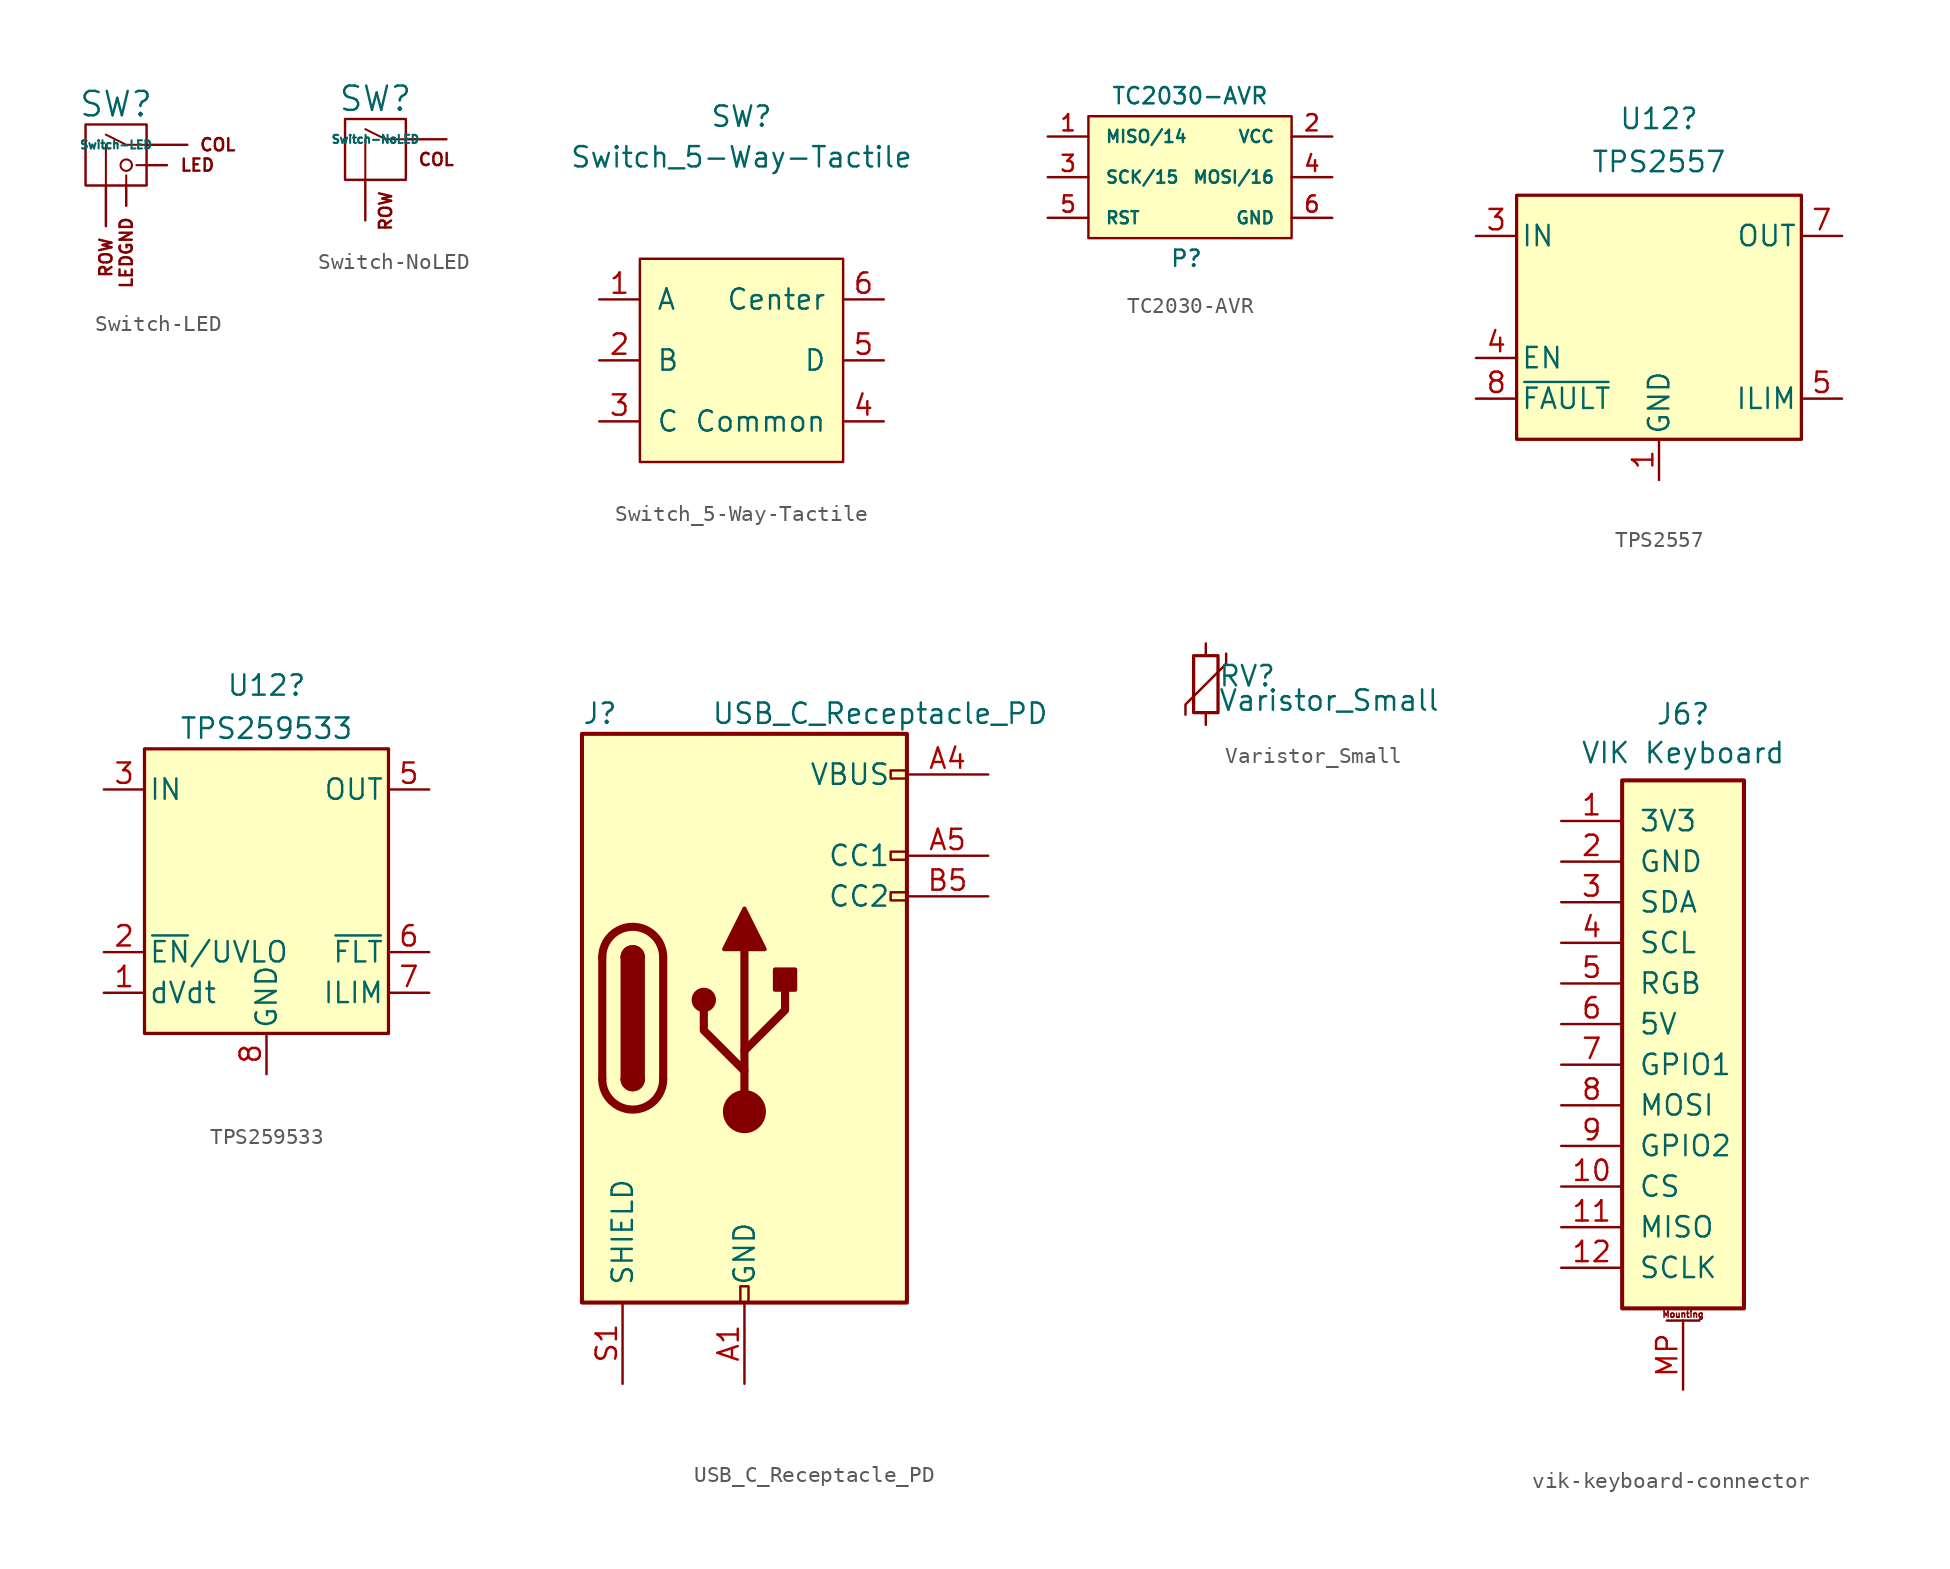
<source format=kicad_sym>
(kicad_symbol_lib
  (version 20220914)
  (generator kicad_symbol_editor)
  (symbol "Switch-LED"
    (pin_names
      (offset 1.016))
    (property "Reference" "SW"
      (at -0.635 3.81 0)
      (effects (font (size 1.524 1.524))))
    (property "Value" "Switch-LED"
      (at -0.635 1.27 0)
      (effects (font (size 0.508 0.508))))
    (symbol "Switch-LED_0_0"
      (rectangle (start -2.54 2.54) (end 1.27 -1.27) (stroke (width 0) (type default)) (fill (type none)))
      (polyline (pts (xy -1.27 -1.27) (xy -1.27 1.27)) (stroke (width 0.127) (type default)) (fill (type none)))
      (polyline (pts (xy 0 -1.27) (xy 0 -0.635)) (stroke (width 0.127) (type default)) (fill (type none)))
      (polyline (pts (xy 1.27 0) (xy 0.635 0)) (stroke (width 0.127) (type default)) (fill (type none)))
      (polyline (pts (xy 1.27 1.27) (xy 0 1.27) (xy -1.27 1.905)) (stroke (width 0.127) (type default)) (fill (type none)))
      (circle (center 0 0) (radius 0.356) (stroke (width 0.127) (type default)) (fill (type none)))
      (text "COL" (at 5.715 1.27 0) (effects (font (size 0.762 0.762))))
      (text "LED" (at 4.445 0 0) (effects (font (size 0.762 0.762))))
      (text "ROW" (at -1.27 -4.445 900) (effects (font (size 0.762 0.762)) (justify right))))
    (symbol "Switch-LED_1_0"
      (text "LEDGND" (at 0 -3.175 900) (effects (font (size 0.762 0.762)) (justify right))))
    (symbol "Switch-LED_1_1"
      (pin passive line (at 3.81 1.27 180) (length 2.54) (name "COL" (effects (font (size 0 0)))) (number "1" (effects (font (size 0 0)))))
      (pin passive line (at -1.27 -3.81 90) (length 2.54) (name "ROW" (effects (font (size 0 0)))) (number "2" (effects (font (size 0 0)))))
      (pin input line (at 2.54 0 180) (length 1.27) (name "LED" (effects (font (size 0 0)))) (number "3" (effects (font (size 0 0)))))
      (pin passive line (at 0 -2.54 90) (length 1.27) (name "LEDGND" (effects (font (size 0 0)))) (number "4" (effects (font (size 0 0)))))))
  (symbol "Switch-NoLED"
    (pin_names
      (offset 1.016))
    (property "Reference" "SW"
      (at -0.635 3.81 0)
      (effects (font (size 1.524 1.524))))
    (property "Value" "Switch-NoLED"
      (at -0.635 1.27 0)
      (effects (font (size 0.508 0.508))))
    (symbol "Switch-NoLED_0_0"
      (rectangle (start -2.54 2.54) (end 1.27 -1.27) (stroke (width 0) (type default)) (fill (type none)))
      (polyline (pts (xy -1.27 -1.27) (xy -1.27 1.27)) (stroke (width 0.127) (type default)) (fill (type none)))
      (polyline (pts (xy 1.27 1.27) (xy 0 1.27) (xy -1.27 1.905)) (stroke (width 0.127) (type default)) (fill (type none)))
      (text "COL" (at 3.175 0 0) (effects (font (size 0.762 0.762))))
      (text "ROW" (at 0 -1.905 900) (effects (font (size 0.762 0.762)) (justify right))))
    (symbol "Switch-NoLED_1_1"
      (pin passive line (at 3.81 1.27 180) (length 2.54) (name "COL" (effects (font (size 0 0)))) (number "1" (effects (font (size 0 0)))))
      (pin passive line (at -1.27 -3.81 90) (length 2.54) (name "ROW" (effects (font (size 0 0)))) (number "2" (effects (font (size 0 0)))))))
  (symbol "Switch_5-Way-Tactile"
    (pin_names
      (offset 1.016))
    (property "Reference" "SW"
      (at 0 15.24 0)
      (effects (font (size 1.27 1.27))))
    (property "Value" "Switch_5-Way-Tactile"
      (at 0 12.7 0)
      (effects (font (size 1.27 1.27))))
    (symbol "Switch_5-Way-Tactile_0_1"
      (rectangle (start -6.35 -6.35) (end 6.35 6.35) (stroke (width 0) (type default)) (fill (type background))))
    (symbol "Switch_5-Way-Tactile_1_1"
      (pin output line (at -8.89 3.81 0) (length 2.54) (name "A" (effects (font (size 1.27 1.27)))) (number "1" (effects (font (size 1.27 1.27)))))
      (pin output line (at -8.89 0 0) (length 2.54) (name "B" (effects (font (size 1.27 1.27)))) (number "2" (effects (font (size 1.27 1.27)))))
      (pin output line (at -8.89 -3.81 0) (length 2.54) (name "C" (effects (font (size 1.27 1.27)))) (number "3" (effects (font (size 1.27 1.27)))))
      (pin output line (at 8.89 -3.81 180) (length 2.54) (name "Common" (effects (font (size 1.27 1.27)))) (number "4" (effects (font (size 1.27 1.27)))))
      (pin input line (at 8.89 0 180) (length 2.54) (name "D" (effects (font (size 1.27 1.27)))) (number "5" (effects (font (size 1.27 1.27)))))
      (pin output line (at 8.89 3.81 180) (length 2.54) (name "Center" (effects (font (size 1.27 1.27)))) (number "6" (effects (font (size 1.27 1.27)))))))
  (symbol "TC2030-AVR"
    (pin_names
      (offset 1.016))
    (property "Reference" "P"
      (at -1.27 -5.08 0)
      (effects (font (size 1.016 1.016)) (justify left)))
    (property "Value" "TC2030-AVR"
      (at 0 5.08 0)
      (effects (font (size 1.016 1.016))))
    (symbol "TC2030-AVR_0_1"
      (rectangle (start -6.35 3.81) (end 6.35 -3.81) (stroke (width 0) (type default)) (fill (type background))))
    (symbol "TC2030-AVR_1_1"
      (pin passive line (at -8.89 2.54 0) (length 2.54) (name "MISO/14" (effects (font (size 0.762 0.762)))) (number "1" (effects (font (size 1.016 1.016)))))
      (pin passive line (at 8.89 2.54 180) (length 2.54) (name "VCC" (effects (font (size 0.762 0.762)))) (number "2" (effects (font (size 1.016 1.016)))))
      (pin passive line (at -8.89 0 0) (length 2.54) (name "SCK/15" (effects (font (size 0.762 0.762)))) (number "3" (effects (font (size 1.016 1.016)))))
      (pin passive line (at 8.89 0 180) (length 2.54) (name "MOSI/16" (effects (font (size 0.762 0.762)))) (number "4" (effects (font (size 1.016 1.016)))))
      (pin passive line (at -8.89 -2.54 0) (length 2.54) (name "RST" (effects (font (size 0.762 0.762)))) (number "5" (effects (font (size 1.016 1.016)))))
      (pin passive line (at 8.89 -2.54 180) (length 2.54) (name "GND" (effects (font (size 0.762 0.762)))) (number "6" (effects (font (size 1.016 1.016)))))))
  (symbol "TPS2557"
    (pin_names
      (offset 0.254))
    (property "Reference" "U12"
      (at 0 12.395 0)
      (effects (font (size 1.27 1.27))))
    (property "Value" "TPS2557"
      (at 0 9.703 0)
      (effects (font (size 1.27 1.27))))
    (property "Datasheet" ""
      (at 0 0 0)
      (effects (font (size 1.524 1.524))))
    (symbol "TPS2557_1_1"
      (rectangle (start -8.89 -7.62) (end 8.89 7.62) (stroke (width 0.203) (type solid)) (fill (type background)))
      (pin power_in line (at 0 -10.16 90) (length 2.54) (name "GND" (effects (font (size 1.27 1.27)))) (number "1" (effects (font (size 1.27 1.27)))))
      (pin power_in line (at -11.43 5.08 0) (length 2.54) hide (name "IN" (effects (font (size 1.27 1.27)))) (number "2" (effects (font (size 1.27 1.27)))))
      (pin power_in line (at -11.43 5.08 0) (length 2.54) (name "IN" (effects (font (size 1.27 1.27)))) (number "3" (effects (font (size 1.27 1.27)))))
      (pin input line (at -11.43 -2.54 0) (length 2.54) (name "EN" (effects (font (size 1.27 1.27)))) (number "4" (effects (font (size 1.27 1.27)))))
      (pin input line (at 11.43 -5.08 180) (length 2.54) (name "ILIM" (effects (font (size 1.27 1.27)))) (number "5" (effects (font (size 1.27 1.27)))))
      (pin power_out line (at 11.43 5.08 180) (length 2.54) hide (name "OUT" (effects (font (size 1.27 1.27)))) (number "6" (effects (font (size 1.27 1.27)))))
      (pin power_out line (at 11.43 5.08 180) (length 2.54) (name "OUT" (effects (font (size 1.27 1.27)))) (number "7" (effects (font (size 1.27 1.27)))))
      (pin open_collector line (at -11.43 -5.08 0) (length 2.54) (name "~{FAULT}" (effects (font (size 1.27 1.27)))) (number "8" (effects (font (size 1.27 1.27)))))
      (pin power_in line (at 0 -10.16 90) (length 2.54) hide (name "GND" (effects (font (size 1.27 1.27)))) (number "9" (effects (font (size 1.27 1.27)))))))
  (symbol "TPS259533"
    (pin_names
      (offset 0.254))
    (property "Reference" "U12"
      (at 0 14.122 0)
      (effects (font (size 1.27 1.27))))
    (property "Value" "TPS259533"
      (at 0 11.43 0)
      (effects (font (size 1.27 1.27))))
    (property "Datasheet" ""
      (at -1.27 2.54 0)
      (effects (font (size 1.524 1.524))))
    (symbol "TPS259533_1_1"
      (rectangle (start -7.62 10.16) (end 7.62 -7.62) (stroke (width 0.203) (type solid)) (fill (type background)))
      (pin input line (at -10.16 -5.08 0) (length 2.54) (name "dVdt" (effects (font (size 1.27 1.27)))) (number "1" (effects (font (size 1.27 1.27)))))
      (pin input line (at -10.16 -2.54 0) (length 2.54) (name "~{EN}/UVLO" (effects (font (size 1.27 1.27)))) (number "2" (effects (font (size 1.27 1.27)))))
      (pin power_in line (at -10.16 7.62 0) (length 2.54) (name "IN" (effects (font (size 1.27 1.27)))) (number "3" (effects (font (size 1.27 1.27)))))
      (pin passive line (at -10.16 7.62 0) (length 2.54) hide (name "IN" (effects (font (size 1.27 1.27)))) (number "4" (effects (font (size 1.27 1.27)))))
      (pin power_out line (at 10.16 7.62 180) (length 2.54) (name "OUT" (effects (font (size 1.27 1.27)))) (number "5" (effects (font (size 1.27 1.27)))))
      (pin open_collector line (at 10.16 -2.54 180) (length 2.54) (name "~{FLT}" (effects (font (size 1.27 1.27)))) (number "6" (effects (font (size 1.27 1.27)))))
      (pin input line (at 10.16 -5.08 180) (length 2.54) (name "ILIM" (effects (font (size 1.27 1.27)))) (number "7" (effects (font (size 1.27 1.27)))))
      (pin power_in line (at 0 -10.16 90) (length 2.54) (name "GND" (effects (font (size 1.27 1.27)))) (number "8" (effects (font (size 1.27 1.27)))))
      (pin power_in line (at 0 -10.16 90) (length 2.54) hide (name "GND" (effects (font (size 1.27 1.27)))) (number "9" (effects (font (size 1.27 1.27)))))))
  (symbol "USB_C_Receptacle_PD"
    (pin_names
      (offset 1.016))
    (property "Reference" "J"
      (at -10.16 19.05 0)
      (effects (font (size 1.27 1.27)) (justify left)))
    (property "Value" "USB_C_Receptacle_PD"
      (at 19.05 19.05 0)
      (effects (font (size 1.27 1.27)) (justify right)))
    (symbol "USB_C_Receptacle_PD_0_0"
      (rectangle (start -0.254 -17.78) (end 0.254 -16.764) (stroke (width 0) (type default)) (fill (type none)))
      (rectangle (start 10.16 7.874) (end 9.144 7.366) (stroke (width 0) (type default)) (fill (type none)))
      (rectangle (start 10.16 10.414) (end 9.144 9.906) (stroke (width 0) (type default)) (fill (type none)))
      (rectangle (start 10.16 15.494) (end 9.144 14.986) (stroke (width 0) (type default)) (fill (type none))))
    (symbol "USB_C_Receptacle_PD_0_1"
      (rectangle (start -10.16 17.78) (end 10.16 -17.78) (stroke (width 0.254) (type default)) (fill (type background)))
      (arc (start -8.89 -3.81) (mid -6.985 -5.7067) (end -5.08 -3.81) (stroke (width 0.508) (type default)) (fill (type none)))
      (arc (start -7.62 -3.81) (mid -6.985 -4.4423) (end -6.35 -3.81) (stroke (width 0.254) (type default)) (fill (type none)))
      (arc (start -7.62 -3.81) (mid -6.985 -4.4423) (end -6.35 -3.81) (stroke (width 0.254) (type default)) (fill (type outline)))
      (rectangle (start -7.62 -3.81) (end -6.35 3.81) (stroke (width 0.254) (type default)) (fill (type outline)))
      (arc (start -6.35 3.81) (mid -6.985 4.4423) (end -7.62 3.81) (stroke (width 0.254) (type default)) (fill (type none)))
      (arc (start -6.35 3.81) (mid -6.985 4.4423) (end -7.62 3.81) (stroke (width 0.254) (type default)) (fill (type outline)))
      (arc (start -5.08 3.81) (mid -6.985 5.7067) (end -8.89 3.81) (stroke (width 0.508) (type default)) (fill (type none)))
      (circle (center -2.54 1.143) (radius 0.635) (stroke (width 0.254) (type default)) (fill (type outline)))
      (circle (center 0 -5.842) (radius 1.27) (stroke (width 0) (type default)) (fill (type outline)))
      (polyline (pts (xy -8.89 -3.81) (xy -8.89 3.81)) (stroke (width 0.508) (type default)) (fill (type none)))
      (polyline (pts (xy -5.08 3.81) (xy -5.08 -3.81)) (stroke (width 0.508) (type default)) (fill (type none)))
      (polyline (pts (xy 0 -5.842) (xy 0 4.318)) (stroke (width 0.508) (type default)) (fill (type none)))
      (polyline (pts (xy 0 -3.302) (xy -2.54 -0.762) (xy -2.54 0.508)) (stroke (width 0.508) (type default)) (fill (type none)))
      (polyline (pts (xy 0 -2.032) (xy 2.54 0.508) (xy 2.54 1.778)) (stroke (width 0.508) (type default)) (fill (type none)))
      (polyline (pts (xy -1.27 4.318) (xy 0 6.858) (xy 1.27 4.318) (xy -1.27 4.318)) (stroke (width 0.254) (type default)) (fill (type outline)))
      (rectangle (start 1.905 1.778) (end 3.175 3.048) (stroke (width 0.254) (type default)) (fill (type outline))))
    (symbol "USB_C_Receptacle_PD_1_1"
      (pin passive line (at 0 -22.86 90) (length 5.08) (name "GND" (effects (font (size 1.27 1.27)))) (number "A1" (effects (font (size 1.27 1.27)))))
      (pin passive line (at 0 -22.86 90) (length 5.08) hide (name "GND" (effects (font (size 1.27 1.27)))) (number "A12" (effects (font (size 1.27 1.27)))))
      (pin passive line (at 15.24 15.24 180) (length 5.08) (name "VBUS" (effects (font (size 1.27 1.27)))) (number "A4" (effects (font (size 1.27 1.27)))))
      (pin bidirectional line (at 15.24 10.16 180) (length 5.08) (name "CC1" (effects (font (size 1.27 1.27)))) (number "A5" (effects (font (size 1.27 1.27)))))
      (pin passive line (at 15.24 15.24 180) (length 5.08) hide (name "VBUS" (effects (font (size 1.27 1.27)))) (number "A9" (effects (font (size 1.27 1.27)))))
      (pin bidirectional line (at 15.24 7.62 180) (length 5.08) (name "CC2" (effects (font (size 1.27 1.27)))) (number "B5" (effects (font (size 1.27 1.27)))))
      (pin passive line (at -7.62 -22.86 90) (length 5.08) (name "SHIELD" (effects (font (size 1.27 1.27)))) (number "S1" (effects (font (size 1.27 1.27)))))))
  (symbol "Varistor_Small"
    (pin_numbers hide)
    (pin_names
      (offset 0.254) hide)
    (property "Reference" "RV"
      (at 0.762 0.508 0)
      (effects (font (size 1.27 1.27)) (justify left)))
    (property "Value" "Varistor_Small"
      (at 0.762 -1.016 0)
      (effects (font (size 1.27 1.27)) (justify left)))
    (symbol "Varistor_Small_0_1"
      (rectangle (start -0.762 1.778) (end 0.762 -1.778) (stroke (width 0.203) (type default)) (fill (type none)))
      (polyline (pts (xy 1.27 1.905) (xy 1.27 1.27) (xy -1.27 -1.27) (xy -1.27 -1.905)) (stroke (width 0) (type default)) (fill (type none))))
    (symbol "Varistor_Small_1_1"
      (pin passive line (at 0 2.54 270) (length 0.762) (name "~" (effects (font (size 1.27 1.27)))) (number "1" (effects (font (size 1.27 1.27)))))
      (pin passive line (at 0 -2.54 90) (length 0.762) (name "~" (effects (font (size 1.27 1.27)))) (number "2" (effects (font (size 1.27 1.27)))))))
  (symbol "vik-keyboard-connector"
    (pin_names
      (offset 1.016))
    (property "Reference" "J6"
      (at 0 19.384 0)
      (effects (font (size 1.27 1.27))))
    (property "Value" "VIK Keyboard"
      (at 0 16.96 0)
      (effects (font (size 1.27 1.27))))
    (symbol "vik-keyboard-connector_1_1"
      (rectangle (start -3.81 15.24) (end 3.81 -17.78) (stroke (width 0.254) (type default)) (fill (type background)))
      (polyline (pts (xy -1.016 -18.542) (xy 1.016 -18.542)) (stroke (width 0.152) (type default)) (fill (type none)))
      (text "Mounting" (at 0 -18.161 0) (effects (font (size 0.381 0.381))))
      (pin passive line (at -7.62 12.7 0) (length 3.81) (name "3V3" (effects (font (size 1.27 1.27)))) (number "1" (effects (font (size 1.27 1.27)))))
      (pin passive line (at -7.62 -10.16 0) (length 3.81) (name "CS" (effects (font (size 1.27 1.27)))) (number "10" (effects (font (size 1.27 1.27)))))
      (pin passive line (at -7.62 -12.7 0) (length 3.81) (name "MISO" (effects (font (size 1.27 1.27)))) (number "11" (effects (font (size 1.27 1.27)))))
      (pin passive line (at -7.62 -15.24 0) (length 3.81) (name "SCLK" (effects (font (size 1.27 1.27)))) (number "12" (effects (font (size 1.27 1.27)))))
      (pin passive line (at -7.62 10.16 0) (length 3.81) (name "GND" (effects (font (size 1.27 1.27)))) (number "2" (effects (font (size 1.27 1.27)))))
      (pin passive line (at -7.62 7.62 0) (length 3.81) (name "SDA" (effects (font (size 1.27 1.27)))) (number "3" (effects (font (size 1.27 1.27)))))
      (pin passive line (at -7.62 5.08 0) (length 3.81) (name "SCL" (effects (font (size 1.27 1.27)))) (number "4" (effects (font (size 1.27 1.27)))))
      (pin passive line (at -7.62 2.54 0) (length 3.81) (name "RGB" (effects (font (size 1.27 1.27)))) (number "5" (effects (font (size 1.27 1.27)))))
      (pin passive line (at -7.62 0 0) (length 3.81) (name "5V" (effects (font (size 1.27 1.27)))) (number "6" (effects (font (size 1.27 1.27)))))
      (pin passive line (at -7.62 -2.54 0) (length 3.81) (name "GPIO1" (effects (font (size 1.27 1.27)))) (number "7" (effects (font (size 1.27 1.27)))))
      (pin passive line (at -7.62 -5.08 0) (length 3.81) (name "MOSI" (effects (font (size 1.27 1.27)))) (number "8" (effects (font (size 1.27 1.27)))))
      (pin passive line (at -7.62 -7.62 0) (length 3.81) (name "GPIO2" (effects (font (size 1.27 1.27)))) (number "9" (effects (font (size 1.27 1.27)))))
      (pin passive line (at 0 -22.86 90) (length 4.318) (name "" (effects (font (size 1.27 1.27)))) (number "MP" (effects (font (size 1.27 1.27))))))))
</source>
